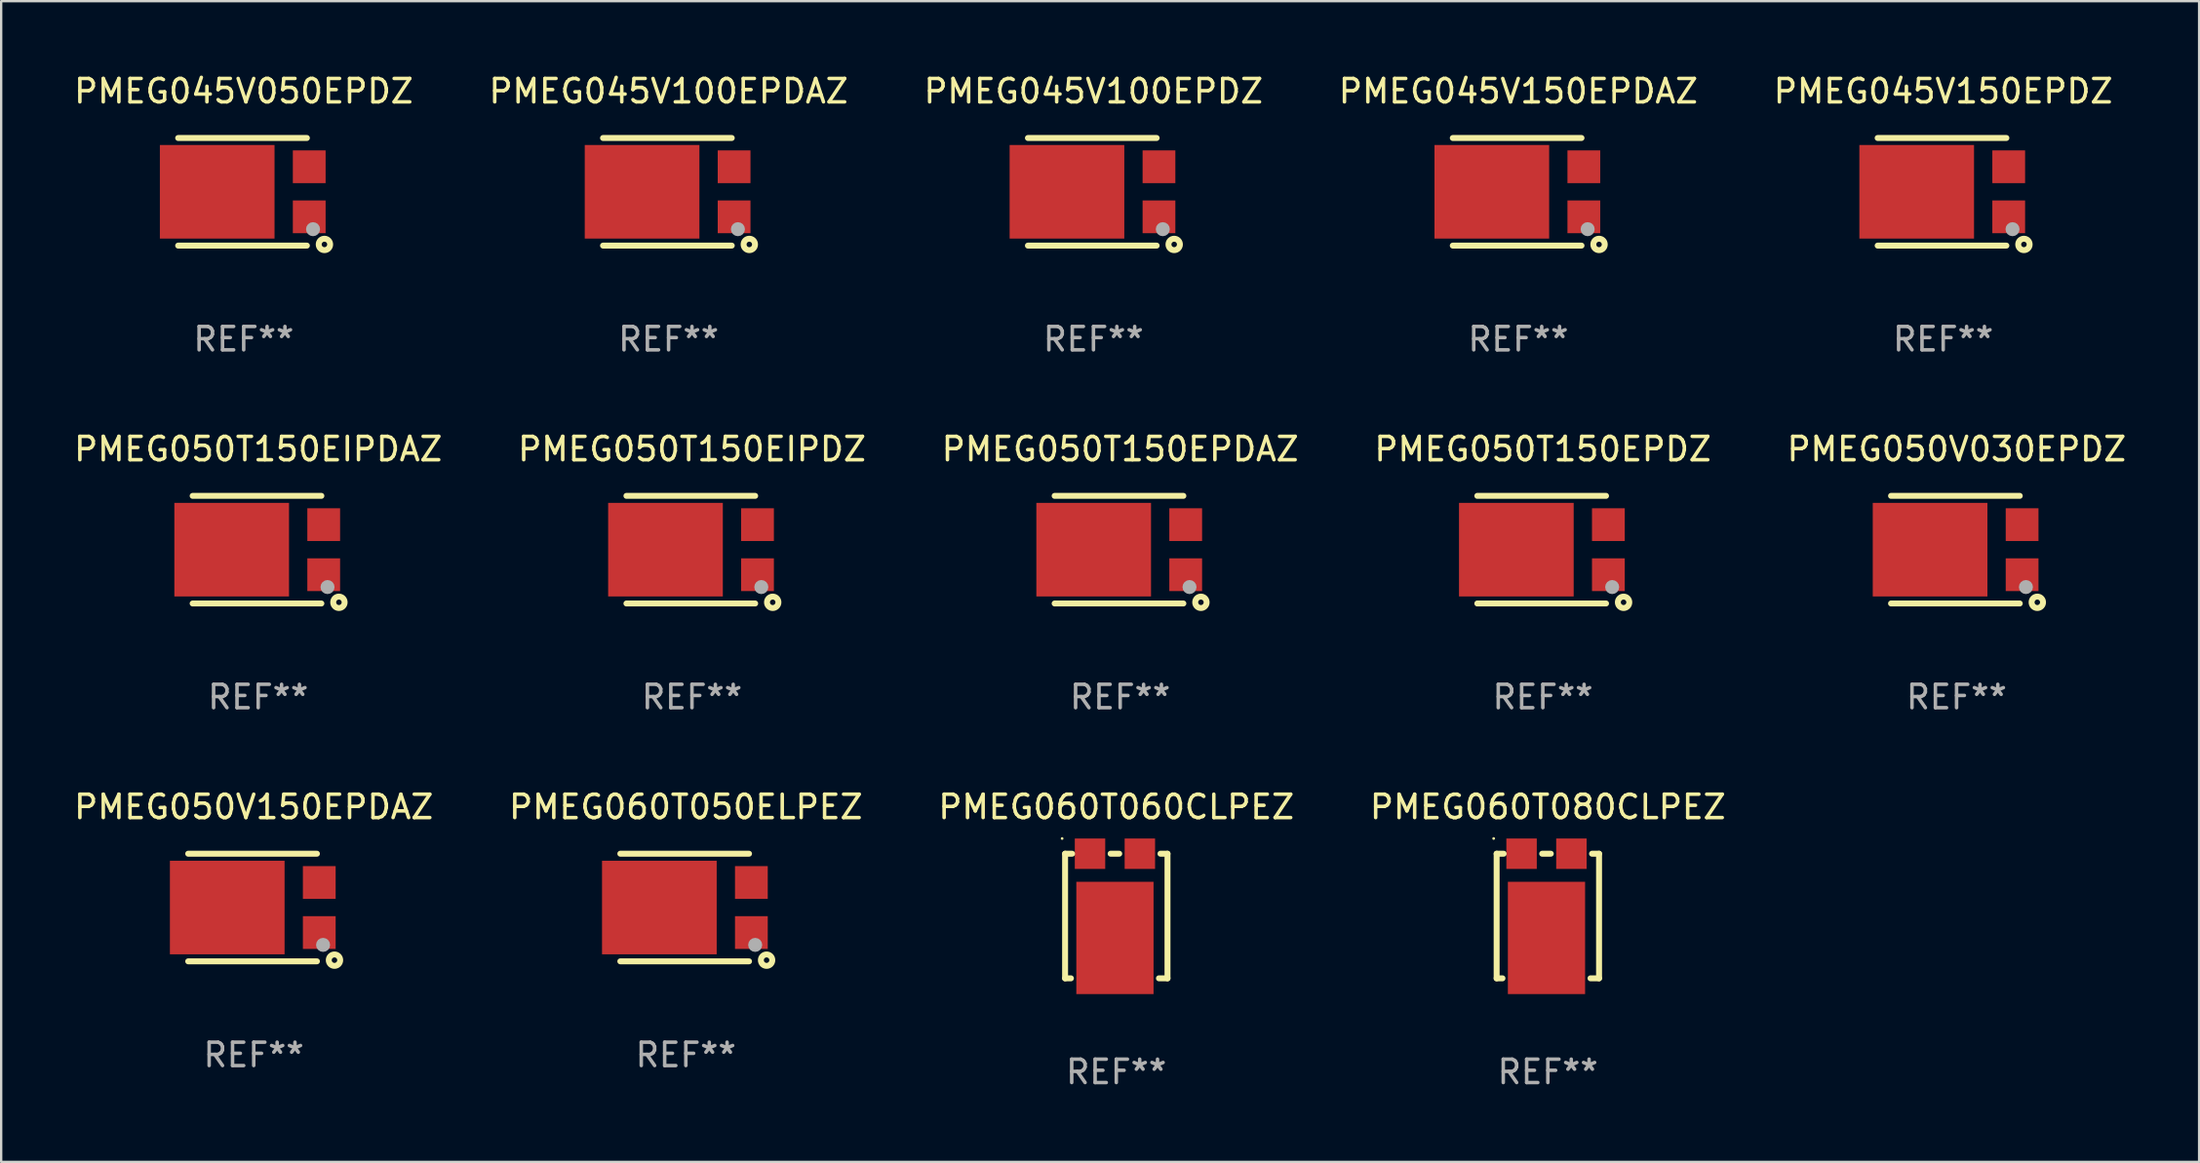
<source format=kicad_pcb>
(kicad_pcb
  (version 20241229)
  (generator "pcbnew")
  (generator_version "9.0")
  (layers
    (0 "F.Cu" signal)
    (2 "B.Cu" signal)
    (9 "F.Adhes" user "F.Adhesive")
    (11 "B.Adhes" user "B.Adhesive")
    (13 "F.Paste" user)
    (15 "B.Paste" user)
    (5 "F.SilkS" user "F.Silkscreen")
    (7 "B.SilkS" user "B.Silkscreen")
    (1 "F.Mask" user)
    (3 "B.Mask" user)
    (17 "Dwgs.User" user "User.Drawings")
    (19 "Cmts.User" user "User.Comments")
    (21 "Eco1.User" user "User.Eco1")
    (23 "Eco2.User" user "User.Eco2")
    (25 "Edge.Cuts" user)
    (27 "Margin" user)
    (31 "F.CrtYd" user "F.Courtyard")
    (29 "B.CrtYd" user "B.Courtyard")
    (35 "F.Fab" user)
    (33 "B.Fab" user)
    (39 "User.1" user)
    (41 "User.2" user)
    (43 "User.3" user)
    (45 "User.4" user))
  (footprint "PMEG050T150EPDAZ"
    (layer "F.Cu")
    (at 44.815 20.445)
    (property "Reference" "PMEG050T150EPDAZ" (at 0 -4.3 0) (layer "F.SilkS") (effects (font (size 1 1) (thickness 0.15))))
    (attr through_hole)
    (fp_line (start -2.8 2.3) (end 2.7 2.3) (stroke (width 0.254) (type solid)) (layer "F.SilkS"))
    (fp_line (start 2.7 -2.3) (end -2.8 -2.3) (stroke (width 0.254) (type solid)) (layer "F.SilkS"))
    (fp_circle (center 3.2 2.15) (end 3.23 2.15) (stroke (width 0.06) (type solid)) (fill no) (layer "F.SilkS"))
    (fp_circle (center 3.45 2.25) (end 3.567 2.25) (stroke (width 0.254) (type solid)) (fill no) (layer "F.SilkS"))
    (fp_circle (center 2.963 1.598) (end 3.113 1.598) (stroke (width 0.3) (type solid)) (fill no) (layer "F.Fab"))
    (fp_text user "REF**" (at 0 6.3 0) (layer "F.Fab") (effects (font (size 1 1) (thickness 0.15))))
    (pad "1" smd rect (at 2.8 1.07 90) (size 1.4 1.4) (layers "F.Cu" "F.Mask" "F.Paste"))
    (pad "2" smd rect (at 2.8 -1.07 90) (size 1.4 1.4) (layers "F.Cu" "F.Mask" "F.Paste"))
    (pad "3" smd rect (at -1.132 0 90) (size 4 4.9) (layers "F.Cu" "F.Mask" "F.Paste")))
  (footprint "PMEG050T150EIPDZ"
    (layer "F.Cu")
    (at 26.518 20.445)
    (property "Reference" "PMEG050T150EIPDZ" (at 0 -4.3 0) (layer "F.SilkS") (effects (font (size 1 1) (thickness 0.15))))
    (attr through_hole)
    (fp_line (start -2.8 2.3) (end 2.7 2.3) (stroke (width 0.254) (type solid)) (layer "F.SilkS"))
    (fp_line (start 2.7 -2.3) (end -2.8 -2.3) (stroke (width 0.254) (type solid)) (layer "F.SilkS"))
    (fp_circle (center 3.2 2.15) (end 3.23 2.15) (stroke (width 0.06) (type solid)) (fill no) (layer "F.SilkS"))
    (fp_circle (center 3.45 2.25) (end 3.567 2.25) (stroke (width 0.254) (type solid)) (fill no) (layer "F.SilkS"))
    (fp_circle (center 2.963 1.598) (end 3.113 1.598) (stroke (width 0.3) (type solid)) (fill no) (layer "F.Fab"))
    (fp_text user "REF**" (at 0 6.3 0) (layer "F.Fab") (effects (font (size 1 1) (thickness 0.15))))
    (pad "1" smd rect (at 2.8 1.07 90) (size 1.4 1.4) (layers "F.Cu" "F.Mask" "F.Paste"))
    (pad "2" smd rect (at 2.8 -1.07 90) (size 1.4 1.4) (layers "F.Cu" "F.Mask" "F.Paste"))
    (pad "3" smd rect (at -1.132 0 90) (size 4 4.9) (layers "F.Cu" "F.Mask" "F.Paste")))
  (footprint "PMEG050V150EPDAZ"
    (layer "F.Cu")
    (at 7.792 35.741)
    (property "Reference" "PMEG050V150EPDAZ" (at 0 -4.3 0) (layer "F.SilkS") (effects (font (size 1 1) (thickness 0.15))))
    (attr through_hole)
    (fp_line (start -2.8 2.3) (end 2.7 2.3) (stroke (width 0.254) (type solid)) (layer "F.SilkS"))
    (fp_line (start 2.7 -2.3) (end -2.8 -2.3) (stroke (width 0.254) (type solid)) (layer "F.SilkS"))
    (fp_circle (center 3.2 2.15) (end 3.23 2.15) (stroke (width 0.06) (type solid)) (fill no) (layer "F.SilkS"))
    (fp_circle (center 3.45 2.25) (end 3.567 2.25) (stroke (width 0.254) (type solid)) (fill no) (layer "F.SilkS"))
    (fp_circle (center 2.963 1.598) (end 3.113 1.598) (stroke (width 0.3) (type solid)) (fill no) (layer "F.Fab"))
    (fp_text user "REF**" (at 0 6.3 0) (layer "F.Fab") (effects (font (size 1 1) (thickness 0.15))))
    (pad "1" smd rect (at 2.8 1.07 90) (size 1.4 1.4) (layers "F.Cu" "F.Mask" "F.Paste"))
    (pad "2" smd rect (at 2.8 -1.07 90) (size 1.4 1.4) (layers "F.Cu" "F.Mask" "F.Paste"))
    (pad "3" smd rect (at -1.132 0 90) (size 4 4.9) (layers "F.Cu" "F.Mask" "F.Paste")))
  (footprint "PMEG060T080CLPEZ"
    (layer "F.Cu")
    (at 63.089 36.104)
    (property "Reference" "PMEG060T080CLPEZ" (at 0 -4.663 0) (layer "F.SilkS") (effects (font (size 1 1) (thickness 0.15))))
    (attr through_hole)
    (fp_line (start -2.188 -2.663) (end -2.188 2.663) (stroke (width 0.254) (type solid)) (layer "F.SilkS"))
    (fp_line (start -2.188 -2.663) (end -1.888 -2.663) (stroke (width 0.254) (type solid)) (layer "F.SilkS"))
    (fp_line (start -2.188 2.663) (end -1.939 2.663) (stroke (width 0.254) (type solid)) (layer "F.SilkS"))
    (fp_line (start -0.242 -2.663) (end 0.126 -2.663) (stroke (width 0.254) (type solid)) (layer "F.SilkS"))
    (fp_line (start 1.823 2.663) (end 2.188 2.663) (stroke (width 0.254) (type solid)) (layer "F.SilkS"))
    (fp_line (start 1.888 -2.663) (end 2.188 -2.663) (stroke (width 0.254) (type solid)) (layer "F.SilkS"))
    (fp_line (start 2.188 -2.663) (end 2.188 2.663) (stroke (width 0.254) (type solid)) (layer "F.SilkS"))
    (fp_circle (center -2.315 -3.313) (end -2.285 -3.313) (stroke (width 0.06) (type solid)) (fill no) (layer "F.SilkS"))
    (fp_text user "REF**" (at 0 6.663 0) (layer "F.Fab") (effects (font (size 1 1) (thickness 0.15))))
    (pad "1" smd rect (at -1.123 -2.663) (size 1.3 1.3) (layers "F.Cu" "F.Mask" "F.Paste"))
    (pad "2" smd rect (at 1.007 -2.663) (size 1.3 1.3) (layers "F.Cu" "F.Mask" "F.Paste"))
    (pad "3" smd rect (at -0.058 0.937) (size 3.3 4.8) (layers "F.Cu" "F.Mask" "F.Paste")))
  (footprint "PMEG050T150EPDZ"
    (layer "F.Cu")
    (at 62.875 20.445)
    (property "Reference" "PMEG050T150EPDZ" (at 0 -4.3 0) (layer "F.SilkS") (effects (font (size 1 1) (thickness 0.15))))
    (attr through_hole)
    (fp_line (start -2.8 2.3) (end 2.7 2.3) (stroke (width 0.254) (type solid)) (layer "F.SilkS"))
    (fp_line (start 2.7 -2.3) (end -2.8 -2.3) (stroke (width 0.254) (type solid)) (layer "F.SilkS"))
    (fp_circle (center 3.2 2.15) (end 3.23 2.15) (stroke (width 0.06) (type solid)) (fill no) (layer "F.SilkS"))
    (fp_circle (center 3.45 2.25) (end 3.567 2.25) (stroke (width 0.254) (type solid)) (fill no) (layer "F.SilkS"))
    (fp_circle (center 2.963 1.598) (end 3.113 1.598) (stroke (width 0.3) (type solid)) (fill no) (layer "F.Fab"))
    (fp_text user "REF**" (at 0 6.3 0) (layer "F.Fab") (effects (font (size 1 1) (thickness 0.15))))
    (pad "1" smd rect (at 2.8 1.07 90) (size 1.4 1.4) (layers "F.Cu" "F.Mask" "F.Paste"))
    (pad "2" smd rect (at 2.8 -1.07 90) (size 1.4 1.4) (layers "F.Cu" "F.Mask" "F.Paste"))
    (pad "3" smd rect (at -1.132 0 90) (size 4 4.9) (layers "F.Cu" "F.Mask" "F.Paste")))
  (footprint "PMEG045V050EPDZ"
    (layer "F.Cu")
    (at 7.363 5.148)
    (property "Reference" "PMEG045V050EPDZ" (at 0 -4.3 0) (layer "F.SilkS") (effects (font (size 1 1) (thickness 0.15))))
    (attr through_hole)
    (fp_line (start -2.8 2.3) (end 2.7 2.3) (stroke (width 0.254) (type solid)) (layer "F.SilkS"))
    (fp_line (start 2.7 -2.3) (end -2.8 -2.3) (stroke (width 0.254) (type solid)) (layer "F.SilkS"))
    (fp_circle (center 3.2 2.15) (end 3.23 2.15) (stroke (width 0.06) (type solid)) (fill no) (layer "F.SilkS"))
    (fp_circle (center 3.45 2.25) (end 3.567 2.25) (stroke (width 0.254) (type solid)) (fill no) (layer "F.SilkS"))
    (fp_circle (center 2.963 1.598) (end 3.113 1.598) (stroke (width 0.3) (type solid)) (fill no) (layer "F.Fab"))
    (fp_text user "REF**" (at 0 6.3 0) (layer "F.Fab") (effects (font (size 1 1) (thickness 0.15))))
    (pad "1" smd rect (at 2.8 1.07 90) (size 1.4 1.4) (layers "F.Cu" "F.Mask" "F.Paste"))
    (pad "2" smd rect (at 2.8 -1.07 90) (size 1.4 1.4) (layers "F.Cu" "F.Mask" "F.Paste"))
    (pad "3" smd rect (at -1.132 0 90) (size 4 4.9) (layers "F.Cu" "F.Mask" "F.Paste")))
  (footprint "PMEG060T050ELPEZ"
    (layer "F.Cu")
    (at 26.256 35.741)
    (property "Reference" "PMEG060T050ELPEZ" (at 0 -4.3 0) (layer "F.SilkS") (effects (font (size 1 1) (thickness 0.15))))
    (attr through_hole)
    (fp_line (start -2.8 2.3) (end 2.7 2.3) (stroke (width 0.254) (type solid)) (layer "F.SilkS"))
    (fp_line (start 2.7 -2.3) (end -2.8 -2.3) (stroke (width 0.254) (type solid)) (layer "F.SilkS"))
    (fp_circle (center 3.2 2.15) (end 3.23 2.15) (stroke (width 0.06) (type solid)) (fill no) (layer "F.SilkS"))
    (fp_circle (center 3.45 2.25) (end 3.567 2.25) (stroke (width 0.254) (type solid)) (fill no) (layer "F.SilkS"))
    (fp_circle (center 2.963 1.598) (end 3.113 1.598) (stroke (width 0.3) (type solid)) (fill no) (layer "F.Fab"))
    (fp_text user "REF**" (at 0 6.3 0) (layer "F.Fab") (effects (font (size 1 1) (thickness 0.15))))
    (pad "1" smd rect (at 2.8 1.07 90) (size 1.4 1.4) (layers "F.Cu" "F.Mask" "F.Paste"))
    (pad "2" smd rect (at 2.8 -1.07 90) (size 1.4 1.4) (layers "F.Cu" "F.Mask" "F.Paste"))
    (pad "3" smd rect (at -1.132 0 90) (size 4 4.9) (layers "F.Cu" "F.Mask" "F.Paste")))
  (footprint "PMEG045V100EPDZ"
    (layer "F.Cu")
    (at 43.673 5.148)
    (property "Reference" "PMEG045V100EPDZ" (at 0 -4.3 0) (layer "F.SilkS") (effects (font (size 1 1) (thickness 0.15))))
    (attr through_hole)
    (fp_line (start -2.8 2.3) (end 2.7 2.3) (stroke (width 0.254) (type solid)) (layer "F.SilkS"))
    (fp_line (start 2.7 -2.3) (end -2.8 -2.3) (stroke (width 0.254) (type solid)) (layer "F.SilkS"))
    (fp_circle (center 3.2 2.15) (end 3.23 2.15) (stroke (width 0.06) (type solid)) (fill no) (layer "F.SilkS"))
    (fp_circle (center 3.45 2.25) (end 3.567 2.25) (stroke (width 0.254) (type solid)) (fill no) (layer "F.SilkS"))
    (fp_circle (center 2.963 1.598) (end 3.113 1.598) (stroke (width 0.3) (type solid)) (fill no) (layer "F.Fab"))
    (fp_text user "REF**" (at 0 6.3 0) (layer "F.Fab") (effects (font (size 1 1) (thickness 0.15))))
    (pad "1" smd rect (at 2.8 1.07 90) (size 1.4 1.4) (layers "F.Cu" "F.Mask" "F.Paste"))
    (pad "2" smd rect (at 2.8 -1.07 90) (size 1.4 1.4) (layers "F.Cu" "F.Mask" "F.Paste"))
    (pad "3" smd rect (at -1.132 0 90) (size 4 4.9) (layers "F.Cu" "F.Mask" "F.Paste")))
  (footprint "PMEG050V030EPDZ"
    (layer "F.Cu")
    (at 80.554 20.445)
    (property "Reference" "PMEG050V030EPDZ" (at 0 -4.3 0) (layer "F.SilkS") (effects (font (size 1 1) (thickness 0.15))))
    (attr through_hole)
    (fp_line (start -2.8 2.3) (end 2.7 2.3) (stroke (width 0.254) (type solid)) (layer "F.SilkS"))
    (fp_line (start 2.7 -2.3) (end -2.8 -2.3) (stroke (width 0.254) (type solid)) (layer "F.SilkS"))
    (fp_circle (center 3.2 2.15) (end 3.23 2.15) (stroke (width 0.06) (type solid)) (fill no) (layer "F.SilkS"))
    (fp_circle (center 3.45 2.25) (end 3.567 2.25) (stroke (width 0.254) (type solid)) (fill no) (layer "F.SilkS"))
    (fp_circle (center 2.963 1.598) (end 3.113 1.598) (stroke (width 0.3) (type solid)) (fill no) (layer "F.Fab"))
    (fp_text user "REF**" (at 0 6.3 0) (layer "F.Fab") (effects (font (size 1 1) (thickness 0.15))))
    (pad "1" smd rect (at 2.8 1.07 90) (size 1.4 1.4) (layers "F.Cu" "F.Mask" "F.Paste"))
    (pad "2" smd rect (at 2.8 -1.07 90) (size 1.4 1.4) (layers "F.Cu" "F.Mask" "F.Paste"))
    (pad "3" smd rect (at -1.132 0 90) (size 4 4.9) (layers "F.Cu" "F.Mask" "F.Paste")))
  (footprint "PMEG050T150EIPDAZ"
    (layer "F.Cu")
    (at 7.982 20.445)
    (property "Reference" "PMEG050T150EIPDAZ" (at 0 -4.3 0) (layer "F.SilkS") (effects (font (size 1 1) (thickness 0.15))))
    (attr through_hole)
    (fp_line (start -2.8 2.3) (end 2.7 2.3) (stroke (width 0.254) (type solid)) (layer "F.SilkS"))
    (fp_line (start 2.7 -2.3) (end -2.8 -2.3) (stroke (width 0.254) (type solid)) (layer "F.SilkS"))
    (fp_circle (center 3.2 2.15) (end 3.23 2.15) (stroke (width 0.06) (type solid)) (fill no) (layer "F.SilkS"))
    (fp_circle (center 3.45 2.25) (end 3.567 2.25) (stroke (width 0.254) (type solid)) (fill no) (layer "F.SilkS"))
    (fp_circle (center 2.963 1.598) (end 3.113 1.598) (stroke (width 0.3) (type solid)) (fill no) (layer "F.Fab"))
    (fp_text user "REF**" (at 0 6.3 0) (layer "F.Fab") (effects (font (size 1 1) (thickness 0.15))))
    (pad "1" smd rect (at 2.8 1.07 90) (size 1.4 1.4) (layers "F.Cu" "F.Mask" "F.Paste"))
    (pad "2" smd rect (at 2.8 -1.07 90) (size 1.4 1.4) (layers "F.Cu" "F.Mask" "F.Paste"))
    (pad "3" smd rect (at -1.132 0 90) (size 4 4.9) (layers "F.Cu" "F.Mask" "F.Paste")))
  (footprint "PMEG045V100EPDAZ"
    (layer "F.Cu")
    (at 25.518 5.148)
    (property "Reference" "PMEG045V100EPDAZ" (at 0 -4.3 0) (layer "F.SilkS") (effects (font (size 1 1) (thickness 0.15))))
    (attr through_hole)
    (fp_line (start -2.8 2.3) (end 2.7 2.3) (stroke (width 0.254) (type solid)) (layer "F.SilkS"))
    (fp_line (start 2.7 -2.3) (end -2.8 -2.3) (stroke (width 0.254) (type solid)) (layer "F.SilkS"))
    (fp_circle (center 3.2 2.15) (end 3.23 2.15) (stroke (width 0.06) (type solid)) (fill no) (layer "F.SilkS"))
    (fp_circle (center 3.45 2.25) (end 3.567 2.25) (stroke (width 0.254) (type solid)) (fill no) (layer "F.SilkS"))
    (fp_circle (center 2.963 1.598) (end 3.113 1.598) (stroke (width 0.3) (type solid)) (fill no) (layer "F.Fab"))
    (fp_text user "REF**" (at 0 6.3 0) (layer "F.Fab") (effects (font (size 1 1) (thickness 0.15))))
    (pad "1" smd rect (at 2.8 1.07 90) (size 1.4 1.4) (layers "F.Cu" "F.Mask" "F.Paste"))
    (pad "2" smd rect (at 2.8 -1.07 90) (size 1.4 1.4) (layers "F.Cu" "F.Mask" "F.Paste"))
    (pad "3" smd rect (at -1.132 0 90) (size 4 4.9) (layers "F.Cu" "F.Mask" "F.Paste")))
  (footprint "PMEG045V150EPDZ"
    (layer "F.Cu")
    (at 79.982 5.148)
    (property "Reference" "PMEG045V150EPDZ" (at 0 -4.3 0) (layer "F.SilkS") (effects (font (size 1 1) (thickness 0.15))))
    (attr through_hole)
    (fp_line (start -2.8 2.3) (end 2.7 2.3) (stroke (width 0.254) (type solid)) (layer "F.SilkS"))
    (fp_line (start 2.7 -2.3) (end -2.8 -2.3) (stroke (width 0.254) (type solid)) (layer "F.SilkS"))
    (fp_circle (center 3.2 2.15) (end 3.23 2.15) (stroke (width 0.06) (type solid)) (fill no) (layer "F.SilkS"))
    (fp_circle (center 3.45 2.25) (end 3.567 2.25) (stroke (width 0.254) (type solid)) (fill no) (layer "F.SilkS"))
    (fp_circle (center 2.963 1.598) (end 3.113 1.598) (stroke (width 0.3) (type solid)) (fill no) (layer "F.Fab"))
    (fp_text user "REF**" (at 0 6.3 0) (layer "F.Fab") (effects (font (size 1 1) (thickness 0.15))))
    (pad "1" smd rect (at 2.8 1.07 90) (size 1.4 1.4) (layers "F.Cu" "F.Mask" "F.Paste"))
    (pad "2" smd rect (at 2.8 -1.07 90) (size 1.4 1.4) (layers "F.Cu" "F.Mask" "F.Paste"))
    (pad "3" smd rect (at -1.132 0 90) (size 4 4.9) (layers "F.Cu" "F.Mask" "F.Paste")))
  (footprint "PMEG045V150EPDAZ"
    (layer "F.Cu")
    (at 61.827 5.148)
    (property "Reference" "PMEG045V150EPDAZ" (at 0 -4.3 0) (layer "F.SilkS") (effects (font (size 1 1) (thickness 0.15))))
    (attr through_hole)
    (fp_line (start -2.8 2.3) (end 2.7 2.3) (stroke (width 0.254) (type solid)) (layer "F.SilkS"))
    (fp_line (start 2.7 -2.3) (end -2.8 -2.3) (stroke (width 0.254) (type solid)) (layer "F.SilkS"))
    (fp_circle (center 3.2 2.15) (end 3.23 2.15) (stroke (width 0.06) (type solid)) (fill no) (layer "F.SilkS"))
    (fp_circle (center 3.45 2.25) (end 3.567 2.25) (stroke (width 0.254) (type solid)) (fill no) (layer "F.SilkS"))
    (fp_circle (center 2.963 1.598) (end 3.113 1.598) (stroke (width 0.3) (type solid)) (fill no) (layer "F.Fab"))
    (fp_text user "REF**" (at 0 6.3 0) (layer "F.Fab") (effects (font (size 1 1) (thickness 0.15))))
    (pad "1" smd rect (at 2.8 1.07 90) (size 1.4 1.4) (layers "F.Cu" "F.Mask" "F.Paste"))
    (pad "2" smd rect (at 2.8 -1.07 90) (size 1.4 1.4) (layers "F.Cu" "F.Mask" "F.Paste"))
    (pad "3" smd rect (at -1.132 0 90) (size 4 4.9) (layers "F.Cu" "F.Mask" "F.Paste")))
  (footprint "PMEG060T060CLPEZ"
    (layer "F.Cu")
    (at 44.649 36.104)
    (property "Reference" "PMEG060T060CLPEZ" (at 0 -4.663 0) (layer "F.SilkS") (effects (font (size 1 1) (thickness 0.15))))
    (attr through_hole)
    (fp_line (start -2.188 -2.663) (end -2.188 2.663) (stroke (width 0.254) (type solid)) (layer "F.SilkS"))
    (fp_line (start -2.188 -2.663) (end -1.888 -2.663) (stroke (width 0.254) (type solid)) (layer "F.SilkS"))
    (fp_line (start -2.188 2.663) (end -1.939 2.663) (stroke (width 0.254) (type solid)) (layer "F.SilkS"))
    (fp_line (start -0.242 -2.663) (end 0.126 -2.663) (stroke (width 0.254) (type solid)) (layer "F.SilkS"))
    (fp_line (start 1.823 2.663) (end 2.188 2.663) (stroke (width 0.254) (type solid)) (layer "F.SilkS"))
    (fp_line (start 1.888 -2.663) (end 2.188 -2.663) (stroke (width 0.254) (type solid)) (layer "F.SilkS"))
    (fp_line (start 2.188 -2.663) (end 2.188 2.663) (stroke (width 0.254) (type solid)) (layer "F.SilkS"))
    (fp_circle (center -2.315 -3.313) (end -2.285 -3.313) (stroke (width 0.06) (type solid)) (fill no) (layer "F.SilkS"))
    (fp_text user "REF**" (at 0 6.663 0) (layer "F.Fab") (effects (font (size 1 1) (thickness 0.15))))
    (pad "1" smd rect (at -1.123 -2.663) (size 1.3 1.3) (layers "F.Cu" "F.Mask" "F.Paste"))
    (pad "2" smd rect (at 1.007 -2.663) (size 1.3 1.3) (layers "F.Cu" "F.Mask" "F.Paste"))
    (pad "3" smd rect (at -0.058 0.937) (size 3.3 4.8) (layers "F.Cu" "F.Mask" "F.Paste")))
  (gr_rect
    (start -3 -3)
    (end 90.917 46.615)
    (stroke (width 0.1) (type default))
    (fill no)
    (layer "Edge.Cuts")))
</source>
